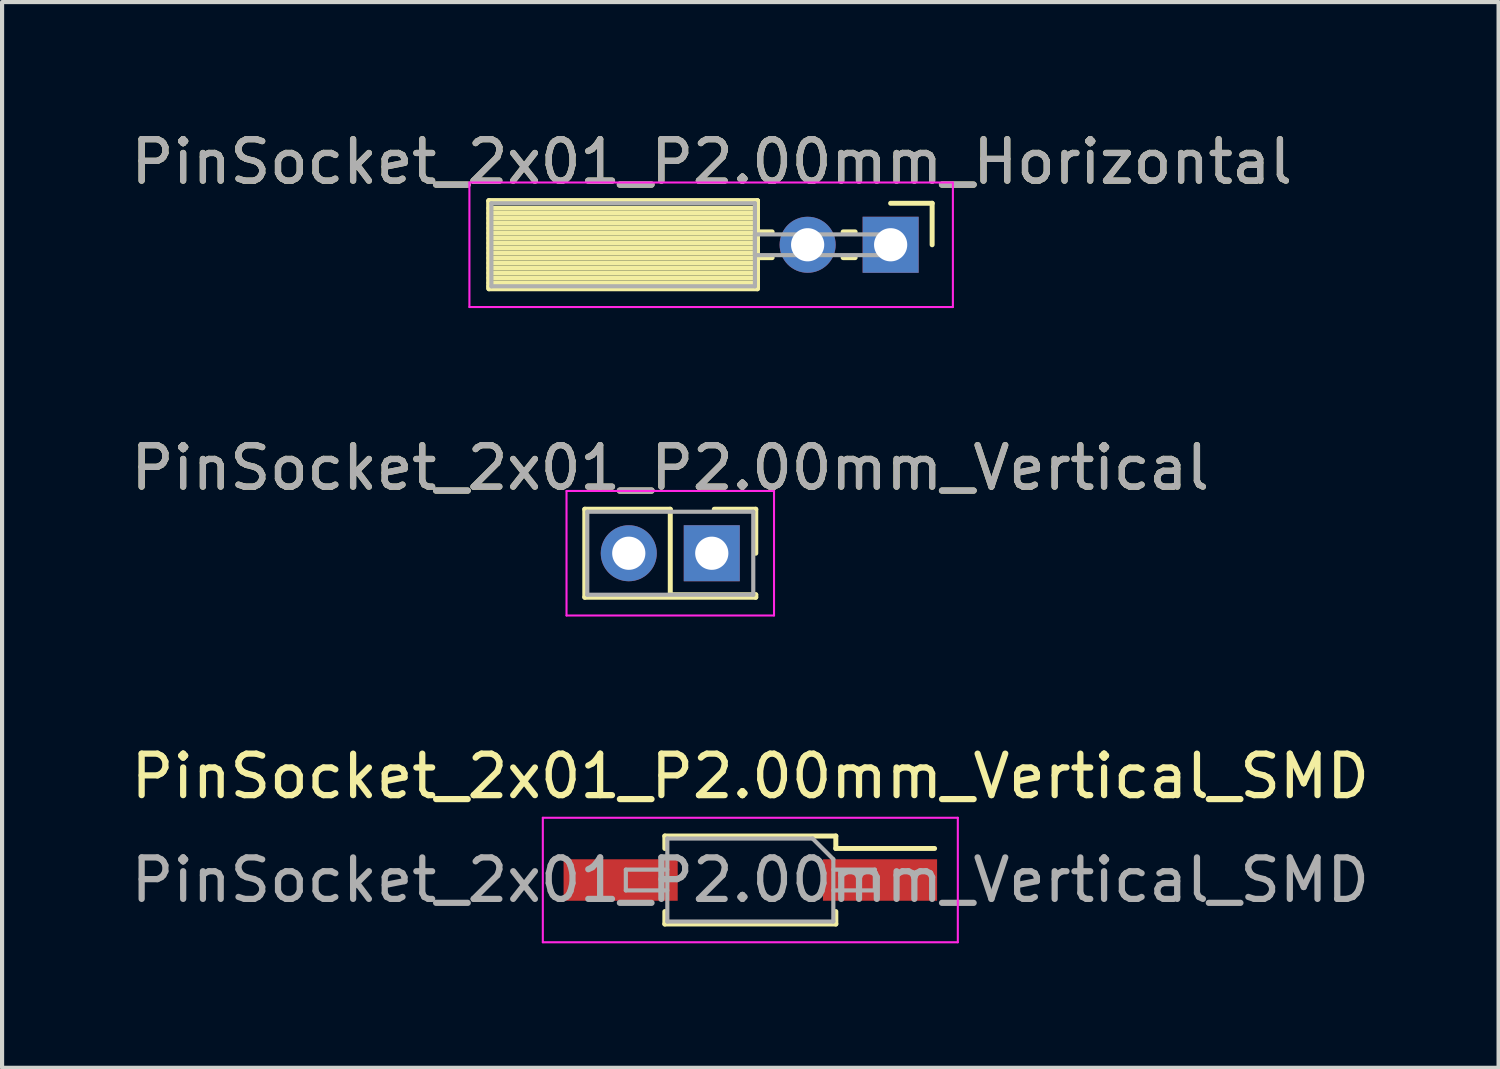
<source format=kicad_pcb>
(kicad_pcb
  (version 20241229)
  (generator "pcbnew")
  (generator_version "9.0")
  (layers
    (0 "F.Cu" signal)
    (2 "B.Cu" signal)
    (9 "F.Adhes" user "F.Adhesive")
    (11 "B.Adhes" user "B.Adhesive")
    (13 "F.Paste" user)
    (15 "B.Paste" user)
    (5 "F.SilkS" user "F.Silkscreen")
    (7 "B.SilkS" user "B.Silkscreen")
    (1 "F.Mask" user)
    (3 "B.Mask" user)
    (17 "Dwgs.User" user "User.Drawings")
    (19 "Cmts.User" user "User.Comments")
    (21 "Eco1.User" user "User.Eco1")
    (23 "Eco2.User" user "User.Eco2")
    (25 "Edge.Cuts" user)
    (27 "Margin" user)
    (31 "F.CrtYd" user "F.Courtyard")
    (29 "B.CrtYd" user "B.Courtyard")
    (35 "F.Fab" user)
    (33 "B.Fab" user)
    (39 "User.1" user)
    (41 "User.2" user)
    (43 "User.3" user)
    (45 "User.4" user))
  (footprint "PinSocket_2x01_P2.00mm_Horizontal"
    (layer "F.Cu")
    (at 18.411 2.848)
    (property "Reference" "PinSocket_2x01_P2.00mm_Horizontal" (at -4.31 -2 0) (layer "F.SilkS") (effects (font (size 1 1) (thickness 0.15))))
    (attr through_hole)
    (fp_line (start -9.68 -1.06) (end -3.21 -1.06) (stroke (width 0.12) (type solid)) (layer "F.SilkS"))
    (fp_line (start -9.68 -1.06) (end -3.21 -1.06) (stroke (width 0.12) (type solid)) (layer "F.SilkS"))
    (fp_line (start -9.68 1) (end -9.68 -1.06) (stroke (width 0.12) (type solid)) (layer "F.SilkS"))
    (fp_line (start -9.68 1.06) (end -9.68 -1.06) (stroke (width 0.12) (type solid)) (layer "F.SilkS"))
    (fp_line (start -3.21 -1.06) (end -3.21 1) (stroke (width 0.12) (type solid)) (layer "F.SilkS"))
    (fp_line (start -3.21 -1.06) (end -3.21 1.06) (stroke (width 0.12) (type solid)) (layer "F.SilkS"))
    (fp_line (start -3.21 -0.88) (end -9.68 -0.88) (stroke (width 0.12) (type solid)) (layer "F.SilkS"))
    (fp_line (start -3.21 -0.76) (end -9.68 -0.76) (stroke (width 0.12) (type solid)) (layer "F.SilkS"))
    (fp_line (start -3.21 -0.64) (end -9.68 -0.64) (stroke (width 0.12) (type solid)) (layer "F.SilkS"))
    (fp_line (start -3.21 -0.52) (end -9.68 -0.52) (stroke (width 0.12) (type solid)) (layer "F.SilkS"))
    (fp_line (start -3.21 -0.4) (end -9.68 -0.4) (stroke (width 0.12) (type solid)) (layer "F.SilkS"))
    (fp_line (start -3.21 -0.28) (end -9.68 -0.28) (stroke (width 0.12) (type solid)) (layer "F.SilkS"))
    (fp_line (start -3.21 -0.16) (end -9.68 -0.16) (stroke (width 0.12) (type solid)) (layer "F.SilkS"))
    (fp_line (start -3.21 -0.04) (end -9.68 -0.04) (stroke (width 0.12) (type solid)) (layer "F.SilkS"))
    (fp_line (start -3.21 0.08) (end -9.68 0.08) (stroke (width 0.12) (type solid)) (layer "F.SilkS"))
    (fp_line (start -3.21 0.2) (end -9.68 0.2) (stroke (width 0.12) (type solid)) (layer "F.SilkS"))
    (fp_line (start -3.21 0.32) (end -9.68 0.32) (stroke (width 0.12) (type solid)) (layer "F.SilkS"))
    (fp_line (start -3.21 0.44) (end -9.68 0.44) (stroke (width 0.12) (type solid)) (layer "F.SilkS"))
    (fp_line (start -3.21 0.56) (end -9.68 0.56) (stroke (width 0.12) (type solid)) (layer "F.SilkS"))
    (fp_line (start -3.21 0.68) (end -9.68 0.68) (stroke (width 0.12) (type solid)) (layer "F.SilkS"))
    (fp_line (start -3.21 0.8) (end -9.68 0.8) (stroke (width 0.12) (type solid)) (layer "F.SilkS"))
    (fp_line (start -3.21 0.92) (end -9.68 0.92) (stroke (width 0.12) (type solid)) (layer "F.SilkS"))
    (fp_line (start -3.21 1) (end -9.68 1) (stroke (width 0.12) (type solid)) (layer "F.SilkS"))
    (fp_line (start -3.21 1.04) (end -9.68 1.04) (stroke (width 0.12) (type solid)) (layer "F.SilkS"))
    (fp_line (start -3.21 1.06) (end -9.68 1.06) (stroke (width 0.12) (type solid)) (layer "F.SilkS"))
    (fp_line (start -2.855 -0.31) (end -3.21 -0.31) (stroke (width 0.12) (type solid)) (layer "F.SilkS"))
    (fp_line (start -2.855 0.31) (end -3.21 0.31) (stroke (width 0.12) (type solid)) (layer "F.SilkS"))
    (fp_line (start -0.855 -0.31) (end -1.145 -0.31) (stroke (width 0.12) (type solid)) (layer "F.SilkS"))
    (fp_line (start -0.855 0.31) (end -1.145 0.31) (stroke (width 0.12) (type solid)) (layer "F.SilkS"))
    (fp_line (start 0 -1) (end 1 -1) (stroke (width 0.12) (type solid)) (layer "F.SilkS"))
    (fp_line (start 1 -1) (end 1 0) (stroke (width 0.12) (type solid)) (layer "F.SilkS"))
    (fp_line (start -10.15 -1.5) (end 1.5 -1.5) (stroke (width 0.05) (type solid)) (layer "F.CrtYd"))
    (fp_line (start -10.15 1.5) (end -10.15 -1.5) (stroke (width 0.05) (type solid)) (layer "F.CrtYd"))
    (fp_line (start 1.5 -1.5) (end 1.5 1.5) (stroke (width 0.05) (type solid)) (layer "F.CrtYd"))
    (fp_line (start 1.5 1.5) (end -10.15 1.5) (stroke (width 0.05) (type solid)) (layer "F.CrtYd"))
    (fp_line (start -9.62 -1) (end -3.27 -1) (stroke (width 0.1) (type solid)) (layer "F.Fab"))
    (fp_line (start -9.62 1) (end -9.62 -1) (stroke (width 0.1) (type solid)) (layer "F.Fab"))
    (fp_line (start -3.27 -1) (end -3.27 1) (stroke (width 0.1) (type solid)) (layer "F.Fab"))
    (fp_line (start -3.27 -0.25) (end 0 -0.25) (stroke (width 0.1) (type solid)) (layer "F.Fab"))
    (fp_line (start -3.27 0.25) (end -3.27 -0.25) (stroke (width 0.1) (type solid)) (layer "F.Fab"))
    (fp_line (start -3.27 1) (end -9.62 1) (stroke (width 0.1) (type solid)) (layer "F.Fab"))
    (fp_line (start 0 -0.25) (end 0 0.25) (stroke (width 0.1) (type solid)) (layer "F.Fab"))
    (fp_line (start 0 0.25) (end -3.27 0.25) (stroke (width 0.1) (type solid)) (layer "F.Fab"))
    (fp_text user "${REFERENCE}" (at -4.31 -2 0) (layer "F.Fab") (effects (font (size 1 1) (thickness 0.15))))
    (pad "1" thru_hole rect (at 0 0) (size 1.35 1.35) (drill 0.8) (layers "*.Cu" "*.Mask"))
    (pad "2" thru_hole oval (at -2 0) (size 1.35 1.35) (drill 0.8) (layers "*.Cu" "*.Mask")))
  (footprint "PinSocket_2x01_P2.00mm_Vertical_SMD"
    (layer "F.Cu")
    (at 15.03 18.155)
    (property "Reference" "PinSocket_2x01_P2.00mm_Vertical_SMD" (at 0 -2.5 0) (layer "F.SilkS") (effects (font (size 1 1) (thickness 0.15))))
    (attr smd)
    (fp_line (start -2.06 -1.06) (end -2.06 -0.76) (stroke (width 0.12) (type solid)) (layer "F.SilkS"))
    (fp_line (start -2.06 -1.06) (end 2.06 -1.06) (stroke (width 0.12) (type solid)) (layer "F.SilkS"))
    (fp_line (start -2.06 0.76) (end -2.06 1.06) (stroke (width 0.12) (type solid)) (layer "F.SilkS"))
    (fp_line (start -2.06 1.06) (end 2.06 1.06) (stroke (width 0.12) (type solid)) (layer "F.SilkS"))
    (fp_line (start 2.06 -1.06) (end 2.06 -0.76) (stroke (width 0.12) (type solid)) (layer "F.SilkS"))
    (fp_line (start 2.06 -0.76) (end 4.44 -0.76) (stroke (width 0.12) (type solid)) (layer "F.SilkS"))
    (fp_line (start 2.06 0.76) (end 2.06 1.06) (stroke (width 0.12) (type solid)) (layer "F.SilkS"))
    (fp_line (start -5 -1.5) (end 5 -1.5) (stroke (width 0.05) (type solid)) (layer "F.CrtYd"))
    (fp_line (start -5 1.5) (end -5 -1.5) (stroke (width 0.05) (type solid)) (layer "F.CrtYd"))
    (fp_line (start 5 -1.5) (end 5 1.5) (stroke (width 0.05) (type solid)) (layer "F.CrtYd"))
    (fp_line (start 5 1.5) (end -5 1.5) (stroke (width 0.05) (type solid)) (layer "F.CrtYd"))
    (fp_line (start -3 -0.25) (end -2 -0.25) (stroke (width 0.1) (type solid)) (layer "F.Fab"))
    (fp_line (start -3 0.25) (end -3 -0.25) (stroke (width 0.1) (type solid)) (layer "F.Fab"))
    (fp_line (start -2 -1) (end 1.5 -1) (stroke (width 0.1) (type solid)) (layer "F.Fab"))
    (fp_line (start -2 0.25) (end -3 0.25) (stroke (width 0.1) (type solid)) (layer "F.Fab"))
    (fp_line (start -2 1) (end -2 -1) (stroke (width 0.1) (type solid)) (layer "F.Fab"))
    (fp_line (start 1.5 -1) (end 2 -0.5) (stroke (width 0.1) (type solid)) (layer "F.Fab"))
    (fp_line (start 2 -0.5) (end 2 1) (stroke (width 0.1) (type solid)) (layer "F.Fab"))
    (fp_line (start 2 -0.25) (end 3 -0.25) (stroke (width 0.1) (type solid)) (layer "F.Fab"))
    (fp_line (start 2 1) (end -2 1) (stroke (width 0.1) (type solid)) (layer "F.Fab"))
    (fp_line (start 3 -0.25) (end 3 0.25) (stroke (width 0.1) (type solid)) (layer "F.Fab"))
    (fp_line (start 3 0.25) (end 2 0.25) (stroke (width 0.1) (type solid)) (layer "F.Fab"))
    (fp_text user "${REFERENCE}" (at 0 0 0) (layer "F.Fab") (effects (font (size 1 1) (thickness 0.15))))
    (pad "1" smd rect (at 3.125 0) (size 2.75 1) (layers "F.Cu" "F.Mask" "F.Paste"))
    (pad "2" smd rect (at -3.125 0) (size 2.75 1) (layers "F.Cu" "F.Mask" "F.Paste")))
  (footprint "PinSocket_2x01_P2.00mm_Vertical"
    (layer "F.Cu")
    (at 14.101 10.281)
    (property "Reference" "PinSocket_2x01_P2.00mm_Vertical" (at -1 -2.06 0) (layer "F.SilkS") (effects (font (size 1 1) (thickness 0.15))))
    (attr through_hole)
    (fp_line (start -3.06 -1.06) (end -1 -1.06) (stroke (width 0.12) (type solid)) (layer "F.SilkS"))
    (fp_line (start -3.06 1.06) (end -3.06 -1.06) (stroke (width 0.12) (type solid)) (layer "F.SilkS"))
    (fp_line (start -1 -1.06) (end -1 1) (stroke (width 0.12) (type solid)) (layer "F.SilkS"))
    (fp_line (start -1 1) (end 1.06 1) (stroke (width 0.12) (type solid)) (layer "F.SilkS"))
    (fp_line (start 1.06 -1.06) (end 0.06 -1.06) (stroke (width 0.12) (type solid)) (layer "F.SilkS"))
    (fp_line (start 1.06 0) (end 1.06 -1.06) (stroke (width 0.12) (type solid)) (layer "F.SilkS"))
    (fp_line (start 1.06 1) (end 1.06 1.06) (stroke (width 0.12) (type solid)) (layer "F.SilkS"))
    (fp_line (start 1.06 1.06) (end -3.06 1.06) (stroke (width 0.12) (type solid)) (layer "F.SilkS"))
    (fp_line (start -3.5 -1.5) (end -3.5 1.5) (stroke (width 0.05) (type solid)) (layer "F.CrtYd"))
    (fp_line (start -3.5 1.5) (end 1.5 1.5) (stroke (width 0.05) (type solid)) (layer "F.CrtYd"))
    (fp_line (start 1.5 -1.5) (end -3.5 -1.5) (stroke (width 0.05) (type solid)) (layer "F.CrtYd"))
    (fp_line (start 1.5 1.5) (end 1.5 -1.5) (stroke (width 0.05) (type solid)) (layer "F.CrtYd"))
    (fp_line (start -3 -1) (end -3 1) (stroke (width 0.1) (type solid)) (layer "F.Fab"))
    (fp_line (start -3 1) (end 1 1) (stroke (width 0.1) (type solid)) (layer "F.Fab"))
    (fp_line (start 1 -1) (end -3 -1) (stroke (width 0.1) (type solid)) (layer "F.Fab"))
    (fp_line (start 1 1) (end 1 -1) (stroke (width 0.1) (type solid)) (layer "F.Fab"))
    (fp_text user "${REFERENCE}" (at -1 -2.06 0) (layer "F.Fab") (effects (font (size 1 1) (thickness 0.15))))
    (pad "1" thru_hole rect (at 0 0) (size 1.35 1.35) (drill 0.8) (layers "*.Cu" "*.Mask"))
    (pad "2" thru_hole oval (at -2 0) (size 1.35 1.35) (drill 0.8) (layers "*.Cu" "*.Mask")))
  (gr_rect
    (start -3 -3)
    (end 33.06 22.68)
    (stroke (width 0.1) (type default))
    (fill no)
    (layer "Edge.Cuts")))
</source>
